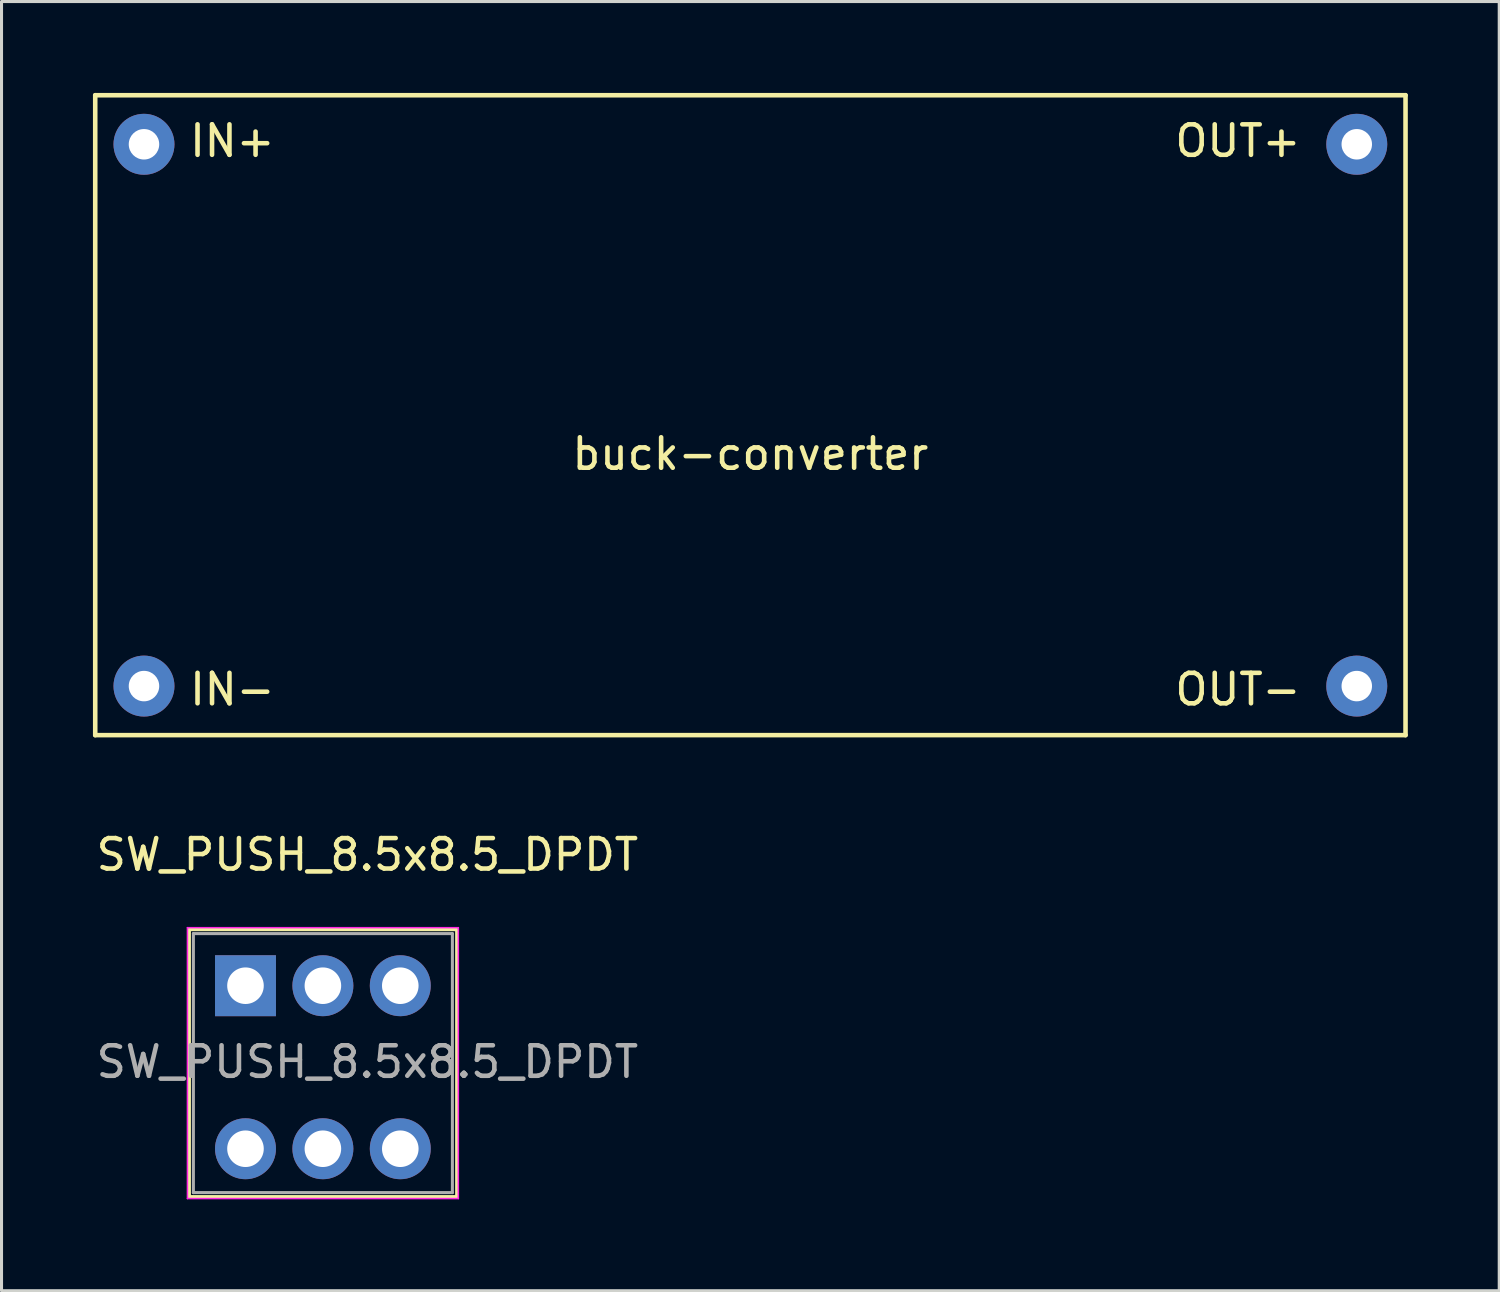
<source format=kicad_pcb>
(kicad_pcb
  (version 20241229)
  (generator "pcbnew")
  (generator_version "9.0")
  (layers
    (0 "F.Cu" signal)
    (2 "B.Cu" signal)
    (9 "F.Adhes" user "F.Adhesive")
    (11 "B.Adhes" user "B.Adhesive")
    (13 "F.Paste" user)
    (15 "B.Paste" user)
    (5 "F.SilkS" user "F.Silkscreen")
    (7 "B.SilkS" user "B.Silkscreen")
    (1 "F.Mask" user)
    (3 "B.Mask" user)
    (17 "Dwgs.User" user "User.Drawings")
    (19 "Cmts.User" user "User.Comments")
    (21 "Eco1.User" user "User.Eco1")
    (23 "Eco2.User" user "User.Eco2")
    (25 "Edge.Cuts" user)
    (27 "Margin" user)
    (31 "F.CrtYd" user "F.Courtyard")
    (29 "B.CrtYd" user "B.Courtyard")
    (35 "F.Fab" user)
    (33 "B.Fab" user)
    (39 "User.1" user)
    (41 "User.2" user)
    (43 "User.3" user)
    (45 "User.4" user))
  (footprint "SW_PUSH_8.5x8.5_DPDT"
    (layer "F.Cu")
    (at 5.006 29.298)
    (property "Reference" "SW_PUSH_8.5x8.5_DPDT" (at 4 -4.3 0) (layer "F.SilkS") (effects (font (size 1 1) (thickness 0.15))))
    (attr through_hole)
    (fp_line (start -1.85 -1.85) (end -1.85 6.93) (stroke (width 0.12) (type solid)) (layer "F.SilkS"))
    (fp_line (start -1.85 -1.85) (end 6.93 -1.85) (stroke (width 0.12) (type solid)) (layer "F.SilkS"))
    (fp_line (start 6.93 6.93) (end -1.85 6.93) (stroke (width 0.12) (type solid)) (layer "F.SilkS"))
    (fp_line (start 6.94 6.94) (end 6.94 -1.85) (stroke (width 0.12) (type solid)) (layer "F.SilkS"))
    (fp_line (start -1.905 -1.905) (end 6.985 -1.905) (stroke (width 0.05) (type solid)) (layer "F.CrtYd"))
    (fp_line (start -1.905 6.985) (end -1.905 -1.905) (stroke (width 0.05) (type solid)) (layer "F.CrtYd"))
    (fp_line (start 6.985 -1.905) (end 6.985 6.985) (stroke (width 0.05) (type solid)) (layer "F.CrtYd"))
    (fp_line (start 6.985 6.985) (end -1.905 6.985) (stroke (width 0.05) (type solid)) (layer "F.CrtYd"))
    (fp_line (start -1.71 -1.71) (end 6.79 -1.71) (stroke (width 0.1) (type solid)) (layer "F.Fab"))
    (fp_line (start -1.71 6.79) (end -1.71 -1.71) (stroke (width 0.1) (type solid)) (layer "F.Fab"))
    (fp_line (start -1.71 6.79) (end 6.79 6.79) (stroke (width 0.1) (type solid)) (layer "F.Fab"))
    (fp_line (start 6.79 -1.71) (end 6.79 6.79) (stroke (width 0.1) (type solid)) (layer "F.Fab"))
    (fp_text user "${REFERENCE}" (at 4 2.5 0) (layer "F.Fab") (effects (font (size 1 1) (thickness 0.15))))
    (pad "1" thru_hole rect (at 0 0) (size 2 2) (drill 1.2) (layers "*.Cu" "*.Mask"))
    (pad "2" thru_hole circle (at 2.54 0) (size 2 2) (drill 1.2) (layers "*.Cu" "*.Mask"))
    (pad "3" thru_hole circle (at 5.08 0) (size 2 2) (drill 1.2) (layers "*.Cu" "*.Mask"))
    (pad "4" thru_hole circle (at 0 5.35) (size 2 2) (drill 1.2) (layers "*.Cu" "*.Mask"))
    (pad "5" thru_hole circle (at 2.54 5.35) (size 2 2) (drill 1.2) (layers "*.Cu" "*.Mask"))
    (pad "6" thru_hole circle (at 5.08 5.35) (size 2 2) (drill 1.2) (layers "*.Cu" "*.Mask")))
  (footprint "buck-converter"
    (layer "F.Cu")
    (at 21.575 10.575)
    (property "Reference" "buck-converter" (at 0 1.27 0) (layer "F.SilkS") (effects (font (size 1 1) (thickness 0.15))))
    (attr through_hole)
    (fp_line (start -21.5 -10.5) (end -21.5 10.5) (stroke (width 0.15) (type solid)) (layer "F.SilkS"))
    (fp_line (start -21.5 10.5) (end 21.5 10.5) (stroke (width 0.15) (type solid)) (layer "F.SilkS"))
    (fp_line (start 21.5 -10.5) (end -21.5 -10.5) (stroke (width 0.15) (type solid)) (layer "F.SilkS"))
    (fp_line (start 21.5 10.5) (end 21.5 -10.5) (stroke (width 0.15) (type solid)) (layer "F.SilkS"))
    (fp_text user "IN-" (at -17 9 0) (layer "F.SilkS") (effects (font (size 1 1) (thickness 0.15))))
    (fp_text user "IN+" (at -17 -9 0) (layer "F.SilkS") (effects (font (size 1 1) (thickness 0.15))))
    (fp_text user "OUT+" (at 16 -9 0) (layer "F.SilkS") (effects (font (size 1 1) (thickness 0.15))))
    (fp_text user "OUT-" (at 16 9 0) (layer "F.SilkS") (effects (font (size 1 1) (thickness 0.15))))
    (pad "1" thru_hole circle (at -19.9 -8.89) (size 2 2) (drill 1) (layers "*.Cu" "*.Mask"))
    (pad "2" thru_hole circle (at -19.9 8.89) (size 2 2) (drill 1) (layers "*.Cu" "*.Mask"))
    (pad "3" thru_hole circle (at 19.9 -8.89) (size 2 2) (drill 1) (layers "*.Cu" "*.Mask"))
    (pad "4" thru_hole circle (at 19.9 8.89) (size 2 2) (drill 1) (layers "*.Cu" "*.Mask")))
  (gr_rect
    (start -3 -3)
    (end 46.15 39.308)
    (stroke (width 0.1) (type default))
    (fill no)
    (layer "Edge.Cuts")))
</source>
